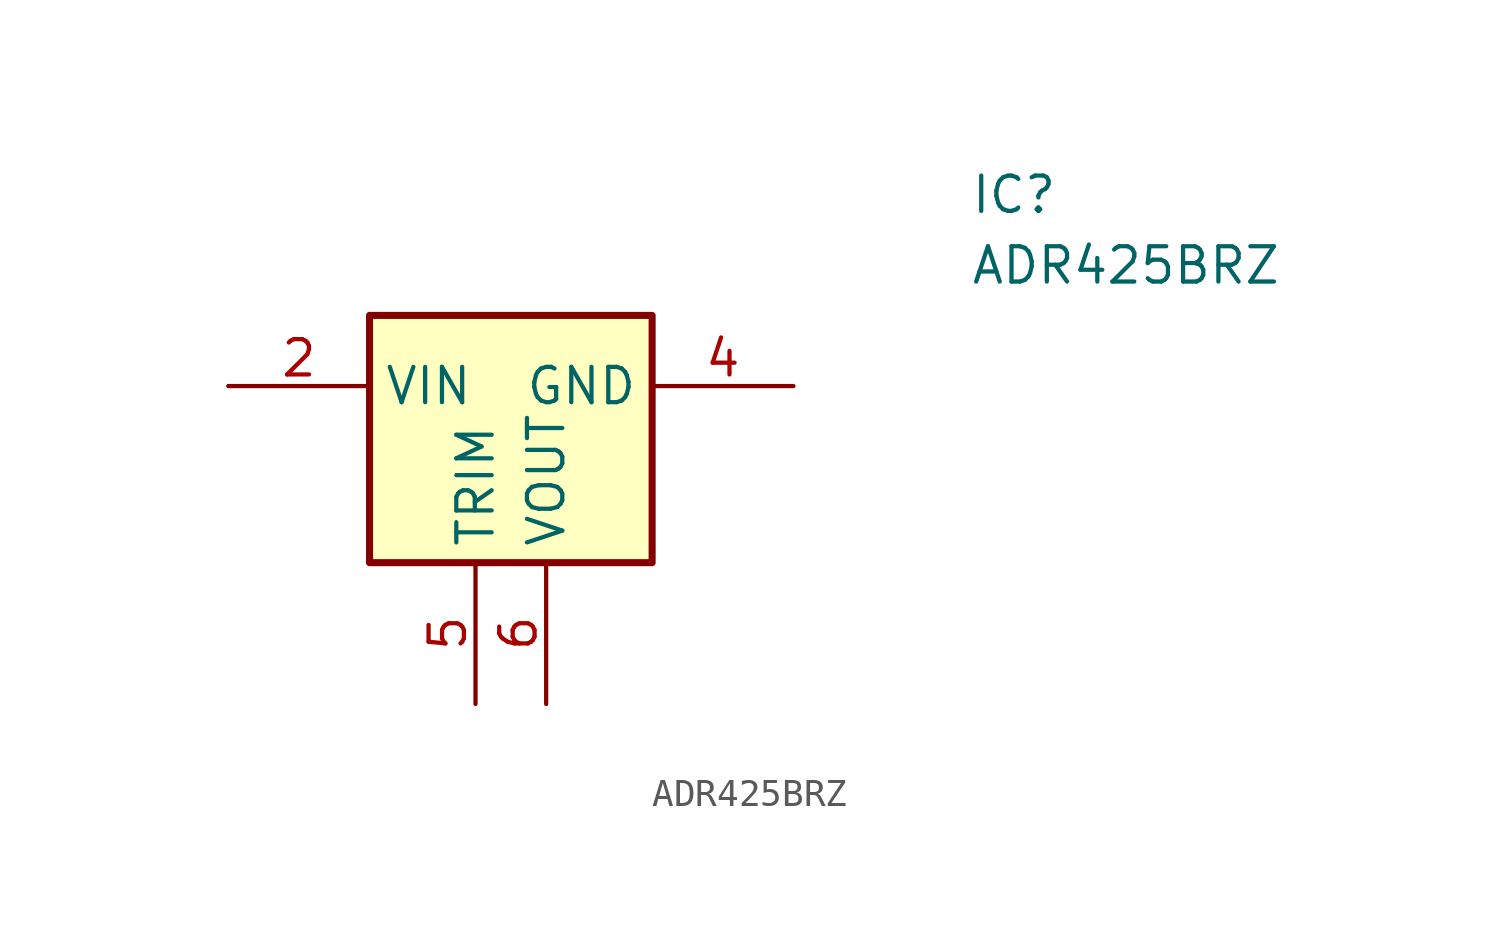
<source format=kicad_sym>
(kicad_symbol_lib
  (version 20241209)
  (generator "kicad_symbol_editor")
  (generator_version "9.0")
  (symbol "ADR425BRZ"
    (property "Reference" "IC"
      (at 26.67 7.62 0)
      (effects (font (size 1.27 1.27)) (justify left top)))
    (property "Value" "ADR425BRZ"
      (at 26.67 5.08 0)
      (effects (font (size 1.27 1.27)) (justify left top)))
    (symbol "ADR425BRZ_1_1"
      (rectangle (start 5.08 2.54) (end 15.24 -6.35) (stroke (width 0.254) (type default)) (fill (type background)))
      (pin passive line (at 0 0 0) (length 5.08) (name "VIN" (effects (font (size 1.27 1.27)))) (number "2" (effects (font (size 1.27 1.27)))))
      (pin passive line (at 8.89 -11.43 90) (length 5.08) (name "TRIM" (effects (font (size 1.27 1.27)))) (number "5" (effects (font (size 1.27 1.27)))))
      (pin passive line (at 11.43 -11.43 90) (length 5.08) (name "VOUT" (effects (font (size 1.27 1.27)))) (number "6" (effects (font (size 1.27 1.27)))))
      (pin passive line (at 20.32 0 180) (length 5.08) (name "GND" (effects (font (size 1.27 1.27)))) (number "4" (effects (font (size 1.27 1.27))))))))
</source>
